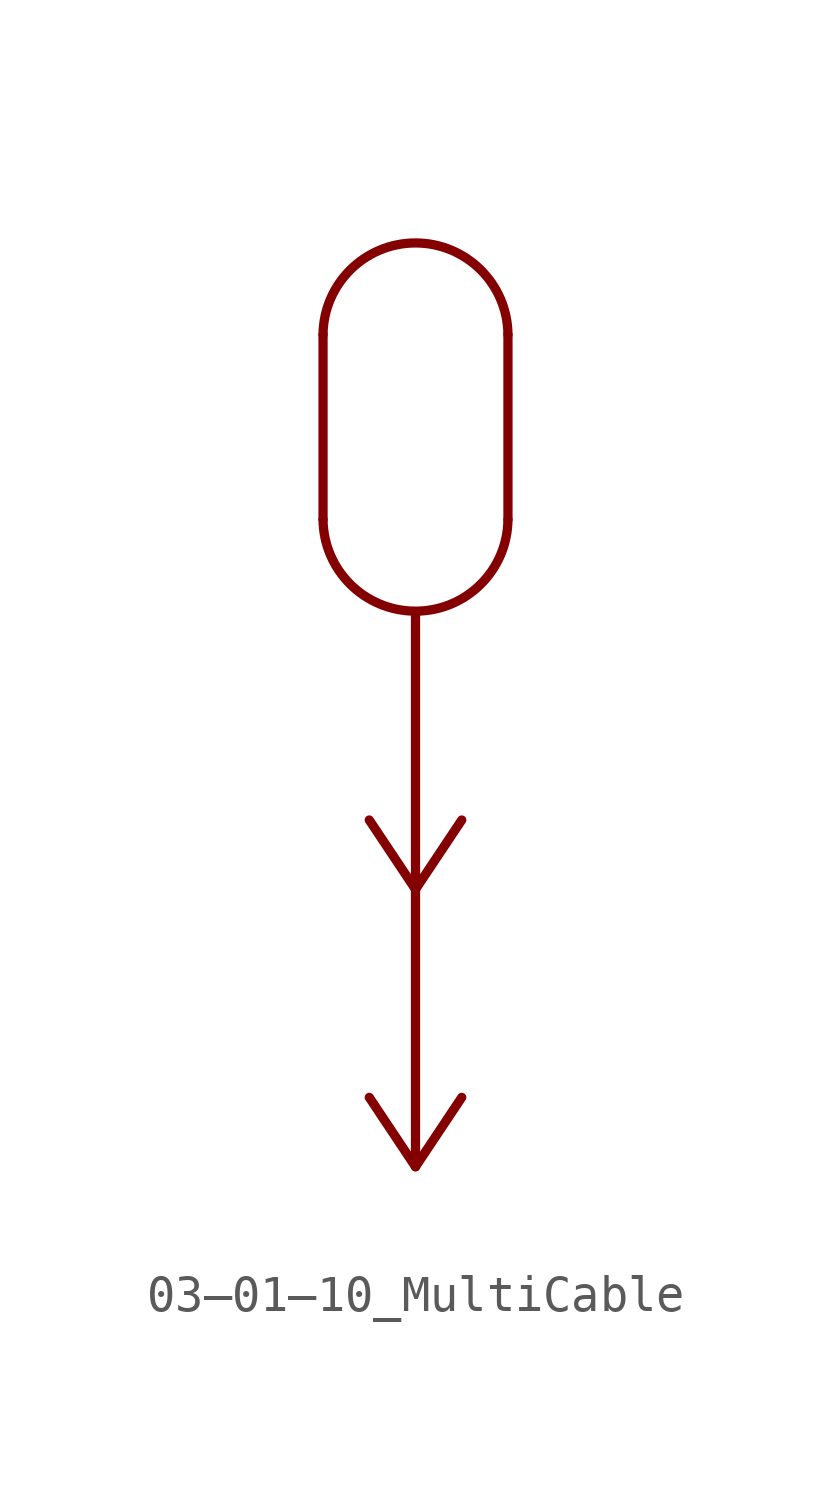
<source format=kicad_sym>
(kicad_symbol_lib
  (version 20201005)
  (generator kicad_symbol_editor)
  (symbol "Symbol_IEC_60617-3:03–01–10_MultiCable"
    (pin_numbers hide)
    (pin_names
      (offset 0) hide)
    (property "Reference" "#SYM"
      (at 0 12.7 0)
      (effects (font (size 1.27 1.27)) hide))
    (symbol "03–01–10_MultiCable_0_1"
      (arc (start -2.54 2.54) (end 2.54 2.54) (radius (at 0 2.5175) (length 2.5401) (angles 179.5 0.5)) (stroke (width 0.254)) (fill (type none)))
      (arc (start -2.54 -2.54) (end 2.54 -2.54) (radius (at 0 -2.5175) (length 2.5401) (angles -179.5 -0.5)) (stroke (width 0.254)) (fill (type none)))
      (polyline (pts (xy 2.54 -2.54) (xy 2.54 2.54)) (stroke (width 0.254)) (fill (type none)))
      (polyline (pts (xy -2.54 -2.54) (xy -2.54 2.54)) (stroke (width 0.254)) (fill (type none)))
      (polyline (pts (xy 0 -5.08) (xy 0 -12.7)) (stroke (width 0.254)) (fill (type none)))
      (polyline (pts (xy -1.27 -10.795) (xy 0 -12.7) (xy 1.27 -10.795)) (stroke (width 0.254)) (fill (type none)))
      (polyline (pts (xy 0 -12.7) (xy 0 -20.32)) (stroke (width 0.254)) (fill (type none)))
      (polyline (pts (xy -1.27 -18.415) (xy 0 -20.32) (xy 1.27 -18.415)) (stroke (width 0.254)) (fill (type none))))))
</source>
